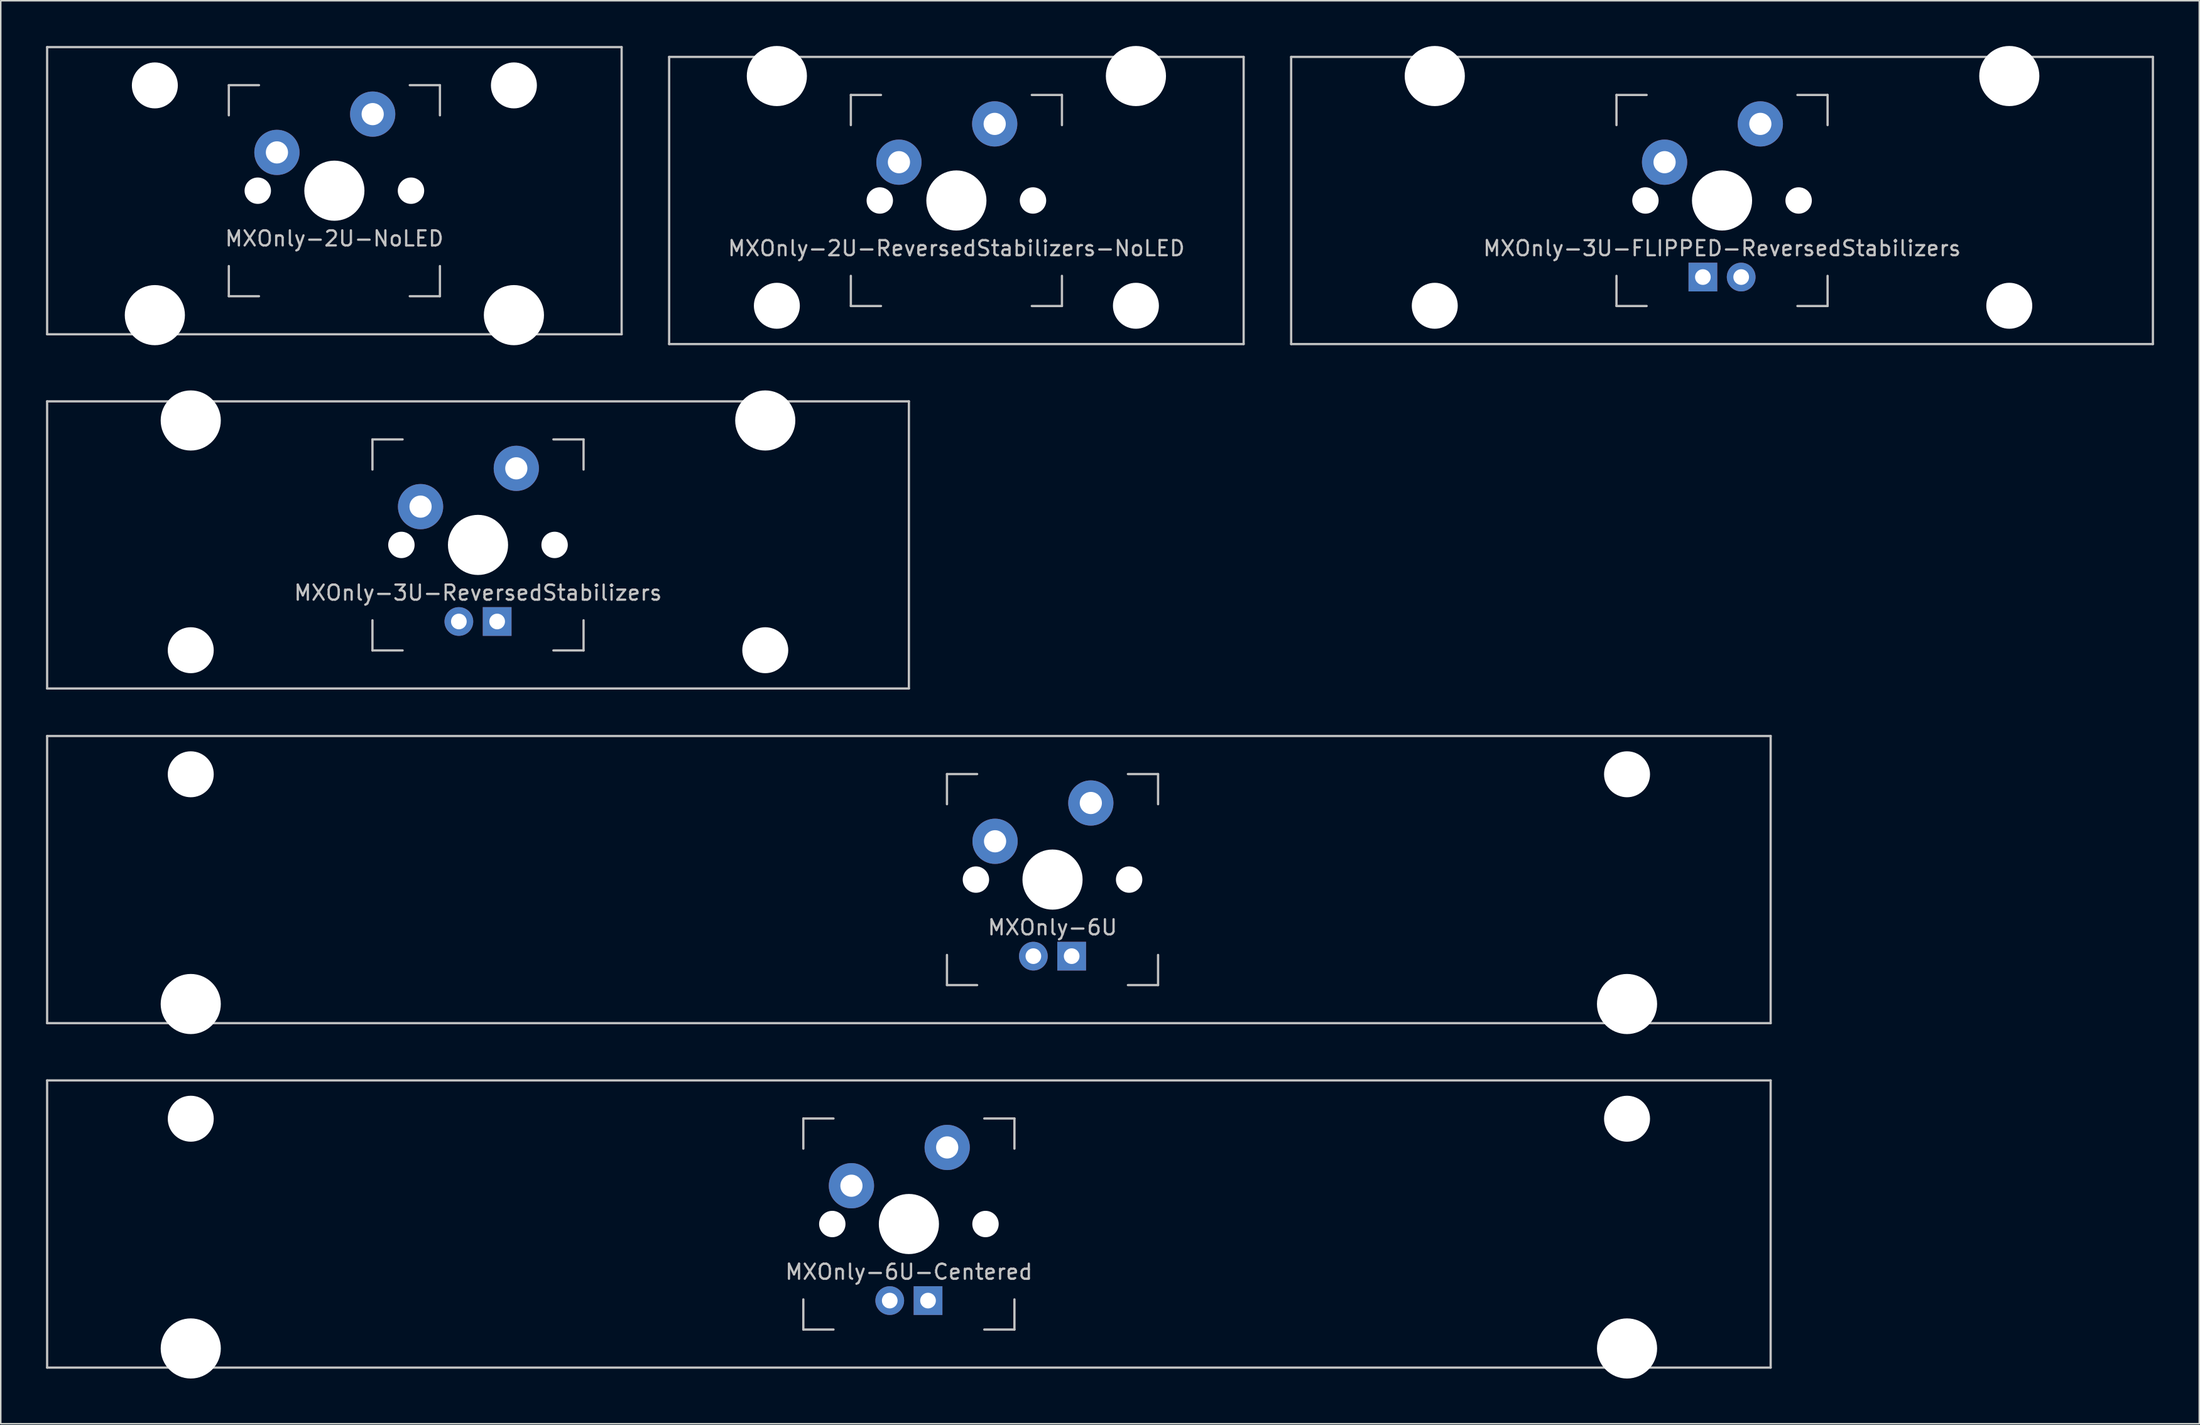
<source format=kicad_pcb>
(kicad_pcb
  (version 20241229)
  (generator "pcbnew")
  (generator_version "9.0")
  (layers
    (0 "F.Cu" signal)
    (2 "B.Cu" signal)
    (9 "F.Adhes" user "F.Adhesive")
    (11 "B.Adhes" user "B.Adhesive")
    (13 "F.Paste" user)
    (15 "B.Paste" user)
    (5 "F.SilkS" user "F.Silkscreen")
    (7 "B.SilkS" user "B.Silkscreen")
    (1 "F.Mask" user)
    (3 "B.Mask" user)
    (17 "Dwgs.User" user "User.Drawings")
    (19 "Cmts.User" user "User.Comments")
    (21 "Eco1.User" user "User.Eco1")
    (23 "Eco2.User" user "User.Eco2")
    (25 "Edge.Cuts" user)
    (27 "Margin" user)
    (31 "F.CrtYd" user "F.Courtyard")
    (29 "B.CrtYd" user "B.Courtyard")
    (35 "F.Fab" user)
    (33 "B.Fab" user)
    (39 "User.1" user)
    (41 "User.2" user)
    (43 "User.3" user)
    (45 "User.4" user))
  (footprint "MXOnly-6U-Centered"
    (layer "F.Cu")
    (at 57.225 78.147)
    (property "Reference" "MXOnly-6U-Centered" (at 0 3.175 0) (layer "Dwgs.User") (effects (font (size 1 1) (thickness 0.15))))
    (attr through_hole)
    (fp_line (start -57.15 -9.525) (end 57.15 -9.525) (stroke (width 0.15) (type solid)) (layer "Dwgs.User"))
    (fp_line (start -57.15 9.525) (end -57.15 -9.525) (stroke (width 0.15) (type solid)) (layer "Dwgs.User"))
    (fp_line (start -57.15 9.525) (end 57.15 9.525) (stroke (width 0.15) (type solid)) (layer "Dwgs.User"))
    (fp_line (start -7 -7) (end -7 -5) (stroke (width 0.15) (type solid)) (layer "Dwgs.User"))
    (fp_line (start -7 5) (end -7 7) (stroke (width 0.15) (type solid)) (layer "Dwgs.User"))
    (fp_line (start -7 7) (end -5 7) (stroke (width 0.15) (type solid)) (layer "Dwgs.User"))
    (fp_line (start -5 -7) (end -7 -7) (stroke (width 0.15) (type solid)) (layer "Dwgs.User"))
    (fp_line (start 5 -7) (end 7 -7) (stroke (width 0.15) (type solid)) (layer "Dwgs.User"))
    (fp_line (start 5 7) (end 7 7) (stroke (width 0.15) (type solid)) (layer "Dwgs.User"))
    (fp_line (start 7 -7) (end 7 -5) (stroke (width 0.15) (type solid)) (layer "Dwgs.User"))
    (fp_line (start 7 7) (end 7 5) (stroke (width 0.15) (type solid)) (layer "Dwgs.User"))
    (fp_line (start 57.15 -9.525) (end 57.15 9.525) (stroke (width 0.15) (type solid)) (layer "Dwgs.User"))
    (pad "" np_thru_hole circle (at -47.625 -6.985) (size 3.048 3.048) (drill 3.048) (layers "*.Cu" "*.Mask"))
    (pad "" np_thru_hole circle (at -47.625 8.255) (size 3.988 3.988) (drill 3.988) (layers "*.Cu" "*.Mask"))
    (pad "" np_thru_hole circle (at -5.08 0 48.1) (size 1.75 1.75) (drill 1.75) (layers "*.Cu" "*.Mask"))
    (pad "" np_thru_hole circle (at 0 0) (size 3.988 3.988) (drill 3.988) (layers "*.Cu" "*.Mask"))
    (pad "" np_thru_hole circle (at 5.08 0 48.1) (size 1.75 1.75) (drill 1.75) (layers "*.Cu" "*.Mask"))
    (pad "" np_thru_hole circle (at 47.625 -6.985) (size 3.048 3.048) (drill 3.048) (layers "*.Cu" "*.Mask"))
    (pad "" np_thru_hole circle (at 47.625 8.255) (size 3.988 3.988) (drill 3.988) (layers "*.Cu" "*.Mask"))
    (pad "1" thru_hole circle (at -3.81 -2.54) (size 3 3) (drill 1.47) (layers "*.Cu" "*.Mask"))
    (pad "2" thru_hole circle (at 2.54 -5.08) (size 3 3) (drill 1.47) (layers "*.Cu" "*.Mask"))
    (pad "3" thru_hole circle (at -1.27 5.08) (size 1.905 1.905) (drill 1.04) (layers "*.Cu" "*.Mask"))
    (pad "4" thru_hole rect (at 1.27 5.08) (size 1.905 1.905) (drill 1.04) (layers "*.Cu" "*.Mask")))
  (footprint "MXOnly-3U-FLIPPED-ReversedStabilizers"
    (layer "F.Cu")
    (at 111.15 10.249)
    (property "Reference" "MXOnly-3U-FLIPPED-ReversedStabilizers" (at 0 3.175 0) (layer "Dwgs.User") (effects (font (size 1 1) (thickness 0.15))))
    (attr through_hole)
    (fp_line (start -28.575 -9.525) (end 28.575 -9.525) (stroke (width 0.15) (type solid)) (layer "Dwgs.User"))
    (fp_line (start -28.575 9.525) (end -28.575 -9.525) (stroke (width 0.15) (type solid)) (layer "Dwgs.User"))
    (fp_line (start -28.575 9.525) (end 28.575 9.525) (stroke (width 0.15) (type solid)) (layer "Dwgs.User"))
    (fp_line (start -7 -7) (end -7 -5) (stroke (width 0.15) (type solid)) (layer "Dwgs.User"))
    (fp_line (start -7 5) (end -7 7) (stroke (width 0.15) (type solid)) (layer "Dwgs.User"))
    (fp_line (start -7 7) (end -5 7) (stroke (width 0.15) (type solid)) (layer "Dwgs.User"))
    (fp_line (start -5 -7) (end -7 -7) (stroke (width 0.15) (type solid)) (layer "Dwgs.User"))
    (fp_line (start 5 -7) (end 7 -7) (stroke (width 0.15) (type solid)) (layer "Dwgs.User"))
    (fp_line (start 5 7) (end 7 7) (stroke (width 0.15) (type solid)) (layer "Dwgs.User"))
    (fp_line (start 7 -7) (end 7 -5) (stroke (width 0.15) (type solid)) (layer "Dwgs.User"))
    (fp_line (start 7 7) (end 7 5) (stroke (width 0.15) (type solid)) (layer "Dwgs.User"))
    (fp_line (start 28.575 -9.525) (end 28.575 9.525) (stroke (width 0.15) (type solid)) (layer "Dwgs.User"))
    (pad "" np_thru_hole circle (at -19.05 -8.255) (size 3.988 3.988) (drill 3.988) (layers "*.Cu" "*.Mask"))
    (pad "" np_thru_hole circle (at -19.05 6.985) (size 3.048 3.048) (drill 3.048) (layers "*.Cu" "*.Mask"))
    (pad "" np_thru_hole circle (at -5.08 0 48.1) (size 1.75 1.75) (drill 1.75) (layers "*.Cu" "*.Mask"))
    (pad "" np_thru_hole circle (at 0 0) (size 3.988 3.988) (drill 3.988) (layers "*.Cu" "*.Mask"))
    (pad "" np_thru_hole circle (at 5.08 0 48.1) (size 1.75 1.75) (drill 1.75) (layers "*.Cu" "*.Mask"))
    (pad "" np_thru_hole circle (at 19.05 -8.255) (size 3.988 3.988) (drill 3.988) (layers "*.Cu" "*.Mask"))
    (pad "" np_thru_hole circle (at 19.05 6.985) (size 3.048 3.048) (drill 3.048) (layers "*.Cu" "*.Mask"))
    (pad "1" thru_hole circle (at -3.81 -2.54 48.1) (size 3 3) (drill 1.47) (layers "*.Cu" "*.Mask"))
    (pad "2" thru_hole circle (at 2.54 -5.08) (size 3 3) (drill 1.47) (layers "*.Cu" "*.Mask"))
    (pad "3" thru_hole circle (at 1.27 5.08) (size 1.905 1.905) (drill 1.04) (layers "*.Cu" "*.Mask"))
    (pad "4" thru_hole rect (at -1.27 5.08) (size 1.905 1.905) (drill 1.04) (layers "*.Cu" "*.Mask")))
  (footprint "MXOnly-2U-ReversedStabilizers-NoLED"
    (layer "F.Cu")
    (at 60.375 10.249)
    (property "Reference" "MXOnly-2U-ReversedStabilizers-NoLED" (at 0 3.175 0) (layer "Dwgs.User") (effects (font (size 1 1) (thickness 0.15))))
    (attr through_hole)
    (fp_line (start -19.05 -9.525) (end 19.05 -9.525) (stroke (width 0.15) (type solid)) (layer "Dwgs.User"))
    (fp_line (start -19.05 9.525) (end -19.05 -9.525) (stroke (width 0.15) (type solid)) (layer "Dwgs.User"))
    (fp_line (start -19.05 9.525) (end 19.05 9.525) (stroke (width 0.15) (type solid)) (layer "Dwgs.User"))
    (fp_line (start -7 -7) (end -7 -5) (stroke (width 0.15) (type solid)) (layer "Dwgs.User"))
    (fp_line (start -7 5) (end -7 7) (stroke (width 0.15) (type solid)) (layer "Dwgs.User"))
    (fp_line (start -7 7) (end -5 7) (stroke (width 0.15) (type solid)) (layer "Dwgs.User"))
    (fp_line (start -5 -7) (end -7 -7) (stroke (width 0.15) (type solid)) (layer "Dwgs.User"))
    (fp_line (start 5 -7) (end 7 -7) (stroke (width 0.15) (type solid)) (layer "Dwgs.User"))
    (fp_line (start 5 7) (end 7 7) (stroke (width 0.15) (type solid)) (layer "Dwgs.User"))
    (fp_line (start 7 -7) (end 7 -5) (stroke (width 0.15) (type solid)) (layer "Dwgs.User"))
    (fp_line (start 7 7) (end 7 5) (stroke (width 0.15) (type solid)) (layer "Dwgs.User"))
    (fp_line (start 19.05 -9.525) (end 19.05 9.525) (stroke (width 0.15) (type solid)) (layer "Dwgs.User"))
    (pad "" np_thru_hole circle (at -11.906 -8.255) (size 3.988 3.988) (drill 3.988) (layers "*.Cu" "*.Mask"))
    (pad "" np_thru_hole circle (at -11.906 6.985) (size 3.048 3.048) (drill 3.048) (layers "*.Cu" "*.Mask"))
    (pad "" np_thru_hole circle (at -5.08 0 48.1) (size 1.75 1.75) (drill 1.75) (layers "*.Cu" "*.Mask"))
    (pad "" np_thru_hole circle (at 0 0) (size 3.988 3.988) (drill 3.988) (layers "*.Cu" "*.Mask"))
    (pad "" np_thru_hole circle (at 5.08 0 48.1) (size 1.75 1.75) (drill 1.75) (layers "*.Cu" "*.Mask"))
    (pad "" np_thru_hole circle (at 11.906 -8.255) (size 3.988 3.988) (drill 3.988) (layers "*.Cu" "*.Mask"))
    (pad "" np_thru_hole circle (at 11.906 6.985) (size 3.048 3.048) (drill 3.048) (layers "*.Cu" "*.Mask"))
    (pad "1" thru_hole circle (at -3.81 -2.54) (size 3 3) (drill 1.47) (layers "*.Cu" "*.Mask"))
    (pad "2" thru_hole circle (at 2.54 -5.08) (size 3 3) (drill 1.47) (layers "*.Cu" "*.Mask")))
  (footprint "MXOnly-6U"
    (layer "F.Cu")
    (at 57.225 55.298)
    (property "Reference" "MXOnly-6U" (at 9.525 3.175 0) (layer "Dwgs.User") (effects (font (size 1 1) (thickness 0.15))))
    (attr through_hole)
    (fp_line (start -57.15 -9.525) (end 57.15 -9.525) (stroke (width 0.15) (type solid)) (layer "Dwgs.User"))
    (fp_line (start -57.15 9.525) (end -57.15 -9.525) (stroke (width 0.15) (type solid)) (layer "Dwgs.User"))
    (fp_line (start -57.15 9.525) (end 57.15 9.525) (stroke (width 0.15) (type solid)) (layer "Dwgs.User"))
    (fp_line (start 2.525 -7) (end 2.525 -5) (stroke (width 0.15) (type solid)) (layer "Dwgs.User"))
    (fp_line (start 2.525 5) (end 2.525 7) (stroke (width 0.15) (type solid)) (layer "Dwgs.User"))
    (fp_line (start 2.525 7) (end 4.525 7) (stroke (width 0.15) (type solid)) (layer "Dwgs.User"))
    (fp_line (start 4.525 -7) (end 2.525 -7) (stroke (width 0.15) (type solid)) (layer "Dwgs.User"))
    (fp_line (start 14.525 -7) (end 16.525 -7) (stroke (width 0.15) (type solid)) (layer "Dwgs.User"))
    (fp_line (start 14.525 7) (end 16.525 7) (stroke (width 0.15) (type solid)) (layer "Dwgs.User"))
    (fp_line (start 16.525 -7) (end 16.525 -5) (stroke (width 0.15) (type solid)) (layer "Dwgs.User"))
    (fp_line (start 16.525 7) (end 16.525 5) (stroke (width 0.15) (type solid)) (layer "Dwgs.User"))
    (fp_line (start 57.15 -9.525) (end 57.15 9.525) (stroke (width 0.15) (type solid)) (layer "Dwgs.User"))
    (pad "" np_thru_hole circle (at -47.625 -6.985) (size 3.048 3.048) (drill 3.048) (layers "*.Cu" "*.Mask"))
    (pad "" np_thru_hole circle (at -47.625 8.255) (size 3.988 3.988) (drill 3.988) (layers "*.Cu" "*.Mask"))
    (pad "" np_thru_hole circle (at 4.445 0 48.1) (size 1.75 1.75) (drill 1.75) (layers "*.Cu" "*.Mask"))
    (pad "" np_thru_hole circle (at 9.525 0) (size 3.988 3.988) (drill 3.988) (layers "*.Cu" "*.Mask"))
    (pad "" np_thru_hole circle (at 14.605 0 48.1) (size 1.75 1.75) (drill 1.75) (layers "*.Cu" "*.Mask"))
    (pad "" np_thru_hole circle (at 47.625 -6.985) (size 3.048 3.048) (drill 3.048) (layers "*.Cu" "*.Mask"))
    (pad "" np_thru_hole circle (at 47.625 8.255) (size 3.988 3.988) (drill 3.988) (layers "*.Cu" "*.Mask"))
    (pad "1" thru_hole circle (at 5.715 -2.54) (size 3 3) (drill 1.47) (layers "*.Cu" "*.Mask"))
    (pad "2" thru_hole circle (at 12.065 -5.08) (size 3 3) (drill 1.47) (layers "*.Cu" "*.Mask"))
    (pad "3" thru_hole circle (at 8.255 5.08) (size 1.905 1.905) (drill 1.04) (layers "*.Cu" "*.Mask"))
    (pad "4" thru_hole rect (at 10.795 5.08) (size 1.905 1.905) (drill 1.04) (layers "*.Cu" "*.Mask")))
  (footprint "MXOnly-3U-ReversedStabilizers"
    (layer "F.Cu")
    (at 28.65 33.098)
    (property "Reference" "MXOnly-3U-ReversedStabilizers" (at 0 3.175 0) (layer "Dwgs.User") (effects (font (size 1 1) (thickness 0.15))))
    (attr through_hole)
    (fp_line (start -28.575 -9.525) (end 28.575 -9.525) (stroke (width 0.15) (type solid)) (layer "Dwgs.User"))
    (fp_line (start -28.575 9.525) (end -28.575 -9.525) (stroke (width 0.15) (type solid)) (layer "Dwgs.User"))
    (fp_line (start -28.575 9.525) (end 28.575 9.525) (stroke (width 0.15) (type solid)) (layer "Dwgs.User"))
    (fp_line (start -7 -7) (end -7 -5) (stroke (width 0.15) (type solid)) (layer "Dwgs.User"))
    (fp_line (start -7 5) (end -7 7) (stroke (width 0.15) (type solid)) (layer "Dwgs.User"))
    (fp_line (start -7 7) (end -5 7) (stroke (width 0.15) (type solid)) (layer "Dwgs.User"))
    (fp_line (start -5 -7) (end -7 -7) (stroke (width 0.15) (type solid)) (layer "Dwgs.User"))
    (fp_line (start 5 -7) (end 7 -7) (stroke (width 0.15) (type solid)) (layer "Dwgs.User"))
    (fp_line (start 5 7) (end 7 7) (stroke (width 0.15) (type solid)) (layer "Dwgs.User"))
    (fp_line (start 7 -7) (end 7 -5) (stroke (width 0.15) (type solid)) (layer "Dwgs.User"))
    (fp_line (start 7 7) (end 7 5) (stroke (width 0.15) (type solid)) (layer "Dwgs.User"))
    (fp_line (start 28.575 -9.525) (end 28.575 9.525) (stroke (width 0.15) (type solid)) (layer "Dwgs.User"))
    (pad "" np_thru_hole circle (at -19.05 -8.255) (size 3.988 3.988) (drill 3.988) (layers "*.Cu" "*.Mask"))
    (pad "" np_thru_hole circle (at -19.05 6.985) (size 3.048 3.048) (drill 3.048) (layers "*.Cu" "*.Mask"))
    (pad "" np_thru_hole circle (at -5.08 0 48.1) (size 1.75 1.75) (drill 1.75) (layers "*.Cu" "*.Mask"))
    (pad "" np_thru_hole circle (at 0 0) (size 3.988 3.988) (drill 3.988) (layers "*.Cu" "*.Mask"))
    (pad "" np_thru_hole circle (at 5.08 0 48.1) (size 1.75 1.75) (drill 1.75) (layers "*.Cu" "*.Mask"))
    (pad "" np_thru_hole circle (at 19.05 -8.255) (size 3.988 3.988) (drill 3.988) (layers "*.Cu" "*.Mask"))
    (pad "" np_thru_hole circle (at 19.05 6.985) (size 3.048 3.048) (drill 3.048) (layers "*.Cu" "*.Mask"))
    (pad "1" thru_hole circle (at -3.81 -2.54 48.1) (size 3 3) (drill 1.47) (layers "*.Cu" "*.Mask"))
    (pad "2" thru_hole circle (at 2.54 -5.08) (size 3 3) (drill 1.47) (layers "*.Cu" "*.Mask"))
    (pad "3" thru_hole circle (at -1.27 5.08) (size 1.905 1.905) (drill 1.04) (layers "*.Cu" "*.Mask"))
    (pad "4" thru_hole rect (at 1.27 5.08) (size 1.905 1.905) (drill 1.04) (layers "*.Cu" "*.Mask")))
  (footprint "MXOnly-2U-NoLED"
    (layer "F.Cu")
    (at 19.125 9.6)
    (property "Reference" "MXOnly-2U-NoLED" (at 0 3.175 0) (layer "Dwgs.User") (effects (font (size 1 1) (thickness 0.15))))
    (attr through_hole)
    (fp_line (start -19.05 -9.525) (end 19.05 -9.525) (stroke (width 0.15) (type solid)) (layer "Dwgs.User"))
    (fp_line (start -19.05 9.525) (end -19.05 -9.525) (stroke (width 0.15) (type solid)) (layer "Dwgs.User"))
    (fp_line (start -19.05 9.525) (end 19.05 9.525) (stroke (width 0.15) (type solid)) (layer "Dwgs.User"))
    (fp_line (start -7 -7) (end -7 -5) (stroke (width 0.15) (type solid)) (layer "Dwgs.User"))
    (fp_line (start -7 5) (end -7 7) (stroke (width 0.15) (type solid)) (layer "Dwgs.User"))
    (fp_line (start -7 7) (end -5 7) (stroke (width 0.15) (type solid)) (layer "Dwgs.User"))
    (fp_line (start -5 -7) (end -7 -7) (stroke (width 0.15) (type solid)) (layer "Dwgs.User"))
    (fp_line (start 5 -7) (end 7 -7) (stroke (width 0.15) (type solid)) (layer "Dwgs.User"))
    (fp_line (start 5 7) (end 7 7) (stroke (width 0.15) (type solid)) (layer "Dwgs.User"))
    (fp_line (start 7 -7) (end 7 -5) (stroke (width 0.15) (type solid)) (layer "Dwgs.User"))
    (fp_line (start 7 7) (end 7 5) (stroke (width 0.15) (type solid)) (layer "Dwgs.User"))
    (fp_line (start 19.05 -9.525) (end 19.05 9.525) (stroke (width 0.15) (type solid)) (layer "Dwgs.User"))
    (pad "" np_thru_hole circle (at -11.906 -6.985) (size 3.048 3.048) (drill 3.048) (layers "*.Cu" "*.Mask"))
    (pad "" np_thru_hole circle (at -11.906 8.255) (size 3.988 3.988) (drill 3.988) (layers "*.Cu" "*.Mask"))
    (pad "" np_thru_hole circle (at -5.08 0 48.1) (size 1.75 1.75) (drill 1.75) (layers "*.Cu" "*.Mask"))
    (pad "" np_thru_hole circle (at 0 0) (size 3.988 3.988) (drill 3.988) (layers "*.Cu" "*.Mask"))
    (pad "" np_thru_hole circle (at 5.08 0 48.1) (size 1.75 1.75) (drill 1.75) (layers "*.Cu" "*.Mask"))
    (pad "" np_thru_hole circle (at 11.906 -6.985) (size 3.048 3.048) (drill 3.048) (layers "*.Cu" "*.Mask"))
    (pad "" np_thru_hole circle (at 11.906 8.255) (size 3.988 3.988) (drill 3.988) (layers "*.Cu" "*.Mask"))
    (pad "1" thru_hole circle (at -3.81 -2.54) (size 3 3) (drill 1.47) (layers "*.Cu" "*.Mask"))
    (pad "2" thru_hole circle (at 2.54 -5.08) (size 3 3) (drill 1.47) (layers "*.Cu" "*.Mask")))
  (gr_rect
    (start -3 -3)
    (end 142.8 91.396)
    (stroke (width 0.1) (type default))
    (fill no)
    (layer "Edge.Cuts")))
</source>
